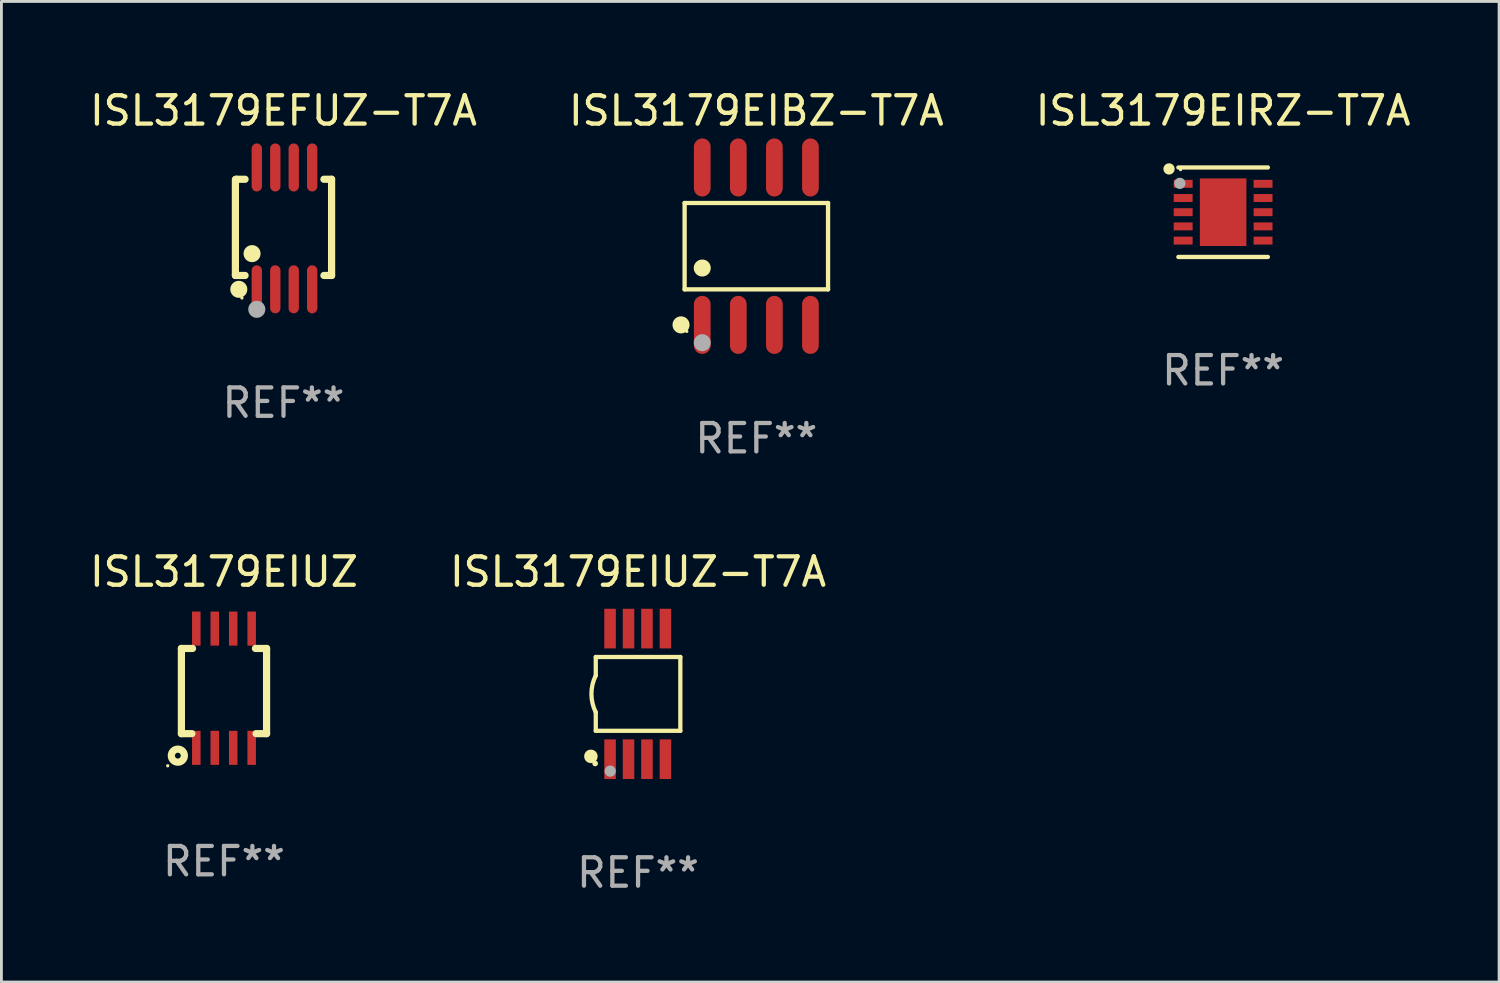
<source format=kicad_pcb>
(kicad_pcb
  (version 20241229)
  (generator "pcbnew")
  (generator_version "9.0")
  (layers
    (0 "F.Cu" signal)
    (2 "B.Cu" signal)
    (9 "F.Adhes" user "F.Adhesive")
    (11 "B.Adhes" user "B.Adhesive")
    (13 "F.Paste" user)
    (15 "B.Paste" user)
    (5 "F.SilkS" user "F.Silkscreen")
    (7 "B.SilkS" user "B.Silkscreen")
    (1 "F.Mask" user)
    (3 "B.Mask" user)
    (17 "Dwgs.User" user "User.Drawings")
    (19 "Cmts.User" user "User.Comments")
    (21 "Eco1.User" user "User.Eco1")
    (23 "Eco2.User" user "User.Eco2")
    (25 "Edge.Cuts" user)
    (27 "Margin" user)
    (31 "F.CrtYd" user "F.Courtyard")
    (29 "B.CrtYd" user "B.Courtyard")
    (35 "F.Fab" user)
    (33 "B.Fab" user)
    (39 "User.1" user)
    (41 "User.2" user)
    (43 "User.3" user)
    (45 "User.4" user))
  (footprint "ISL3179EIBZ-T7A"
    (layer "F.Cu")
    (at 23.589 5.621)
    (property "Reference" "ISL3179EIBZ-T7A" (at 0 -4.772 0) (layer "F.SilkS") (effects (font (size 1 1) (thickness 0.15))))
    (attr through_hole)
    (fp_line (start -2.526 -1.521) (end 2.526 -1.521) (stroke (width 0.152) (type solid)) (layer "F.SilkS"))
    (fp_line (start -2.526 1.521) (end -2.526 -1.521) (stroke (width 0.152) (type solid)) (layer "F.SilkS"))
    (fp_line (start 2.526 -1.521) (end 2.526 1.521) (stroke (width 0.152) (type solid)) (layer "F.SilkS"))
    (fp_line (start 2.526 1.521) (end -2.526 1.521) (stroke (width 0.152) (type solid)) (layer "F.SilkS"))
    (fp_circle (center -2.652 2.772) (end -2.501 2.772) (stroke (width 0.3) (type solid)) (fill no) (layer "F.SilkS"))
    (fp_circle (center -2.45 3) (end -2.42 3) (stroke (width 0.06) (type solid)) (fill no) (layer "F.SilkS"))
    (fp_circle (center -1.905 0.769) (end -1.755 0.769) (stroke (width 0.3) (type solid)) (fill no) (layer "F.SilkS"))
    (fp_circle (center -1.905 3.4) (end -1.755 3.4) (stroke (width 0.3) (type solid)) (fill no) (layer "F.Fab"))
    (fp_text user "REF**" (at 0 6.772 0) (layer "F.Fab") (effects (font (size 1 1) (thickness 0.15))))
    (pad "1" smd oval (at -1.905 2.772) (size 0.588 2.045) (layers "F.Cu" "F.Mask" "F.Paste"))
    (pad "2" smd oval (at -0.635 2.772) (size 0.588 2.045) (layers "F.Cu" "F.Mask" "F.Paste"))
    (pad "3" smd oval (at 0.635 2.772) (size 0.588 2.045) (layers "F.Cu" "F.Mask" "F.Paste"))
    (pad "4" smd oval (at 1.905 2.772) (size 0.588 2.045) (layers "F.Cu" "F.Mask" "F.Paste"))
    (pad "5" smd oval (at 1.905 -2.772) (size 0.588 2.045) (layers "F.Cu" "F.Mask" "F.Paste"))
    (pad "6" smd oval (at 0.635 -2.772) (size 0.588 2.045) (layers "F.Cu" "F.Mask" "F.Paste"))
    (pad "7" smd oval (at -0.635 -2.772) (size 0.588 2.045) (layers "F.Cu" "F.Mask" "F.Paste"))
    (pad "8" smd oval (at -1.905 -2.772) (size 0.588 2.045) (layers "F.Cu" "F.Mask" "F.Paste")))
  (footprint "ISL3179EFUZ-T7A"
    (layer "F.Cu")
    (at 6.935 4.994)
    (property "Reference" "ISL3179EFUZ-T7A" (at 0 -4.146 0) (layer "F.SilkS") (effects (font (size 1 1) (thickness 0.15))))
    (attr through_hole)
    (fp_line (start -1.694 -1.724) (end -1.694 1.652) (stroke (width 0.254) (type solid)) (layer "F.SilkS"))
    (fp_line (start -1.694 1.652) (end -1.688 1.658) (stroke (width 0.254) (type solid)) (layer "F.SilkS"))
    (fp_line (start -1.688 1.658) (end -1.353 1.658) (stroke (width 0.254) (type solid)) (layer "F.SilkS"))
    (fp_line (start -1.661 -1.73) (end -1.681 -1.71) (stroke (width 0.254) (type solid)) (layer "F.SilkS"))
    (fp_line (start -1.353 -1.73) (end -1.661 -1.73) (stroke (width 0.254) (type solid)) (layer "F.SilkS"))
    (fp_line (start 1.424 1.658) (end 1.694 1.658) (stroke (width 0.254) (type solid)) (layer "F.SilkS"))
    (fp_line (start 1.694 -1.73) (end 1.424 -1.73) (stroke (width 0.254) (type solid)) (layer "F.SilkS"))
    (fp_line (start 1.694 1.658) (end 1.694 -1.73) (stroke (width 0.254) (type solid)) (layer "F.SilkS"))
    (fp_circle (center -1.574 2.146) (end -1.424 2.146) (stroke (width 0.3) (type solid)) (fill no) (layer "F.SilkS"))
    (fp_circle (center -1.464 2.45) (end -1.434 2.45) (stroke (width 0.06) (type solid)) (fill no) (layer "F.SilkS"))
    (fp_circle (center -1.107 0.889) (end -0.957 0.889) (stroke (width 0.3) (type solid)) (fill no) (layer "F.SilkS"))
    (fp_circle (center -0.94 2.85) (end -0.789 2.85) (stroke (width 0.3) (type solid)) (fill no) (layer "F.Fab"))
    (fp_text user "REF**" (at 0 6.146 0) (layer "F.Fab") (effects (font (size 1 1) (thickness 0.15))))
    (pad "1" smd oval (at -0.94 2.146) (size 0.364 1.692) (layers "F.Cu" "F.Mask" "F.Paste"))
    (pad "2" smd oval (at -0.289 2.146) (size 0.364 1.692) (layers "F.Cu" "F.Mask" "F.Paste"))
    (pad "3" smd oval (at 0.361 2.146) (size 0.364 1.692) (layers "F.Cu" "F.Mask" "F.Paste"))
    (pad "4" smd oval (at 1.011 2.146) (size 0.364 1.692) (layers "F.Cu" "F.Mask" "F.Paste"))
    (pad "5" smd oval (at 1.011 -2.146) (size 0.364 1.692) (layers "F.Cu" "F.Mask" "F.Paste"))
    (pad "6" smd oval (at 0.361 -2.146) (size 0.364 1.692) (layers "F.Cu" "F.Mask" "F.Paste"))
    (pad "7" smd oval (at -0.289 -2.146) (size 0.364 1.692) (layers "F.Cu" "F.Mask" "F.Paste"))
    (pad "8" smd oval (at -0.94 -2.146) (size 0.364 1.692) (layers "F.Cu" "F.Mask" "F.Paste")))
  (footprint "ISL3179EIUZ-T7A"
    (layer "F.Cu")
    (at 19.423 21.39)
    (property "Reference" "ISL3179EIUZ-T7A" (at 0 -4.3 0) (layer "F.SilkS") (effects (font (size 1 1) (thickness 0.15))))
    (attr through_hole)
    (fp_line (start -1.489 -1.3) (end -1.489 -0.648) (stroke (width 0.15) (type solid)) (layer "F.SilkS"))
    (fp_line (start -1.489 0.648) (end -1.489 1.3) (stroke (width 0.15) (type solid)) (layer "F.SilkS"))
    (fp_line (start -1.489 1.3) (end 1.489 1.3) (stroke (width 0.15) (type solid)) (layer "F.SilkS"))
    (fp_line (start 1.489 -1.3) (end -1.489 -1.3) (stroke (width 0.15) (type solid)) (layer "F.SilkS"))
    (fp_line (start 1.489 1.3) (end 1.489 -1.3) (stroke (width 0.15) (type solid)) (layer "F.SilkS"))
    (fp_arc (start -1.489205 0.647702) (mid -1.642107 0) (end -1.489205 -0.647701) (stroke (width 0.150013) (type solid)) (layer "F.SilkS"))
    (fp_circle (center -1.661 2.2) (end -1.541 2.2) (stroke (width 0.24) (type solid)) (fill no) (layer "F.SilkS"))
    (fp_circle (center -1.511 2.45) (end -1.461 2.45) (stroke (width 0.1) (type solid)) (fill no) (layer "F.SilkS"))
    (fp_circle (center -0.981 2.72) (end -0.881 2.72) (stroke (width 0.2) (type solid)) (fill no) (layer "F.Fab"))
    (fp_text user "REF**" (at 0 6.3 0) (layer "F.Fab") (effects (font (size 1 1) (thickness 0.15))))
    (pad "1" smd rect (at -0.986 2.3) (size 0.406 1.397) (layers "F.Cu" "F.Mask" "F.Paste"))
    (pad "2" smd rect (at -0.336 2.3) (size 0.406 1.397) (layers "F.Cu" "F.Mask" "F.Paste"))
    (pad "3" smd rect (at 0.314 2.3) (size 0.406 1.397) (layers "F.Cu" "F.Mask" "F.Paste"))
    (pad "4" smd rect (at 0.964 2.3) (size 0.406 1.397) (layers "F.Cu" "F.Mask" "F.Paste"))
    (pad "5" smd rect (at 0.964 -2.3) (size 0.406 1.397) (layers "F.Cu" "F.Mask" "F.Paste"))
    (pad "6" smd rect (at 0.314 -2.3) (size 0.406 1.397) (layers "F.Cu" "F.Mask" "F.Paste"))
    (pad "7" smd rect (at -0.336 -2.3) (size 0.406 1.397) (layers "F.Cu" "F.Mask" "F.Paste"))
    (pad "8" smd rect (at -0.986 -2.3) (size 0.406 1.397) (layers "F.Cu" "F.Mask" "F.Paste")))
  (footprint "ISL3179EIRZ-T7A"
    (layer "F.Cu")
    (at 40.03 4.424)
    (property "Reference" "ISL3179EIRZ-T7A" (at 0 -3.576 0) (layer "F.SilkS") (effects (font (size 1 1) (thickness 0.15))))
    (attr through_hole)
    (fp_line (start -1.576 -1.576) (end 1.576 -1.576) (stroke (width 0.152) (type solid)) (layer "F.SilkS"))
    (fp_line (start -1.576 1.576) (end 1.576 1.576) (stroke (width 0.152) (type solid)) (layer "F.SilkS"))
    (fp_circle (center -1.905 -1.524) (end -1.805 -1.524) (stroke (width 0.2) (type solid)) (fill no) (layer "F.SilkS"))
    (fp_circle (center -1.5 -1.5) (end -1.47 -1.5) (stroke (width 0.06) (type solid)) (fill no) (layer "F.SilkS"))
    (fp_circle (center -1.524 -1.016) (end -1.424 -1.016) (stroke (width 0.2) (type solid)) (fill no) (layer "F.Fab"))
    (fp_text user "REF**" (at 0 5.576 0) (layer "F.Fab") (effects (font (size 1 1) (thickness 0.15))))
    (pad "1" smd rect (at -1.407 -1) (size 0.665 0.28) (layers "F.Cu" "F.Mask" "F.Paste"))
    (pad "2" smd rect (at -1.407 -0.5) (size 0.665 0.28) (layers "F.Cu" "F.Mask" "F.Paste"))
    (pad "3" smd rect (at -1.407 0) (size 0.665 0.28) (layers "F.Cu" "F.Mask" "F.Paste"))
    (pad "4" smd rect (at -1.407 0.5) (size 0.665 0.28) (layers "F.Cu" "F.Mask" "F.Paste"))
    (pad "5" smd rect (at -1.407 1) (size 0.665 0.28) (layers "F.Cu" "F.Mask" "F.Paste"))
    (pad "6" smd rect (at 1.407 1) (size 0.665 0.28) (layers "F.Cu" "F.Mask" "F.Paste"))
    (pad "7" smd rect (at 1.407 0.5) (size 0.665 0.28) (layers "F.Cu" "F.Mask" "F.Paste"))
    (pad "8" smd rect (at 1.407 0) (size 0.665 0.28) (layers "F.Cu" "F.Mask" "F.Paste"))
    (pad "9" smd rect (at 1.407 -0.5) (size 0.665 0.28) (layers "F.Cu" "F.Mask" "F.Paste"))
    (pad "10" smd rect (at 1.407 -1) (size 0.665 0.28) (layers "F.Cu" "F.Mask" "F.Paste"))
    (pad "11" smd rect (at 0 0) (size 1.64 2.38) (layers "F.Cu" "F.Mask" "F.Paste")))
  (footprint "ISL3179EIUZ"
    (layer "F.Cu")
    (at 4.839 21.19)
    (property "Reference" "ISL3179EIUZ" (at 0 -4.1 0) (layer "F.SilkS") (effects (font (size 1 1) (thickness 0.15))))
    (attr through_hole)
    (fp_line (start -1.5 -1.4) (end -1.5 1.6) (stroke (width 0.254) (type solid)) (layer "F.SilkS"))
    (fp_line (start -1.5 -1.4) (end -1.108 -1.4) (stroke (width 0.254) (type solid)) (layer "F.SilkS"))
    (fp_line (start -1.5 1.6) (end -1.131 1.6) (stroke (width 0.254) (type solid)) (layer "F.SilkS"))
    (fp_line (start 1.108 -1.4) (end 1.5 -1.4) (stroke (width 0.254) (type solid)) (layer "F.SilkS"))
    (fp_line (start 1.131 1.6) (end 1.5 1.6) (stroke (width 0.254) (type solid)) (layer "F.SilkS"))
    (fp_line (start 1.5 -1.4) (end 1.5 1.6) (stroke (width 0.254) (type solid)) (layer "F.SilkS"))
    (fp_circle (center -1.982 2.732) (end -1.952 2.732) (stroke (width 0.06) (type solid)) (fill no) (layer "F.SilkS"))
    (fp_circle (center -1.625 2.375) (end -1.395 2.375) (stroke (width 0.254) (type solid)) (fill no) (layer "F.SilkS"))
    (fp_text user "REF**" (at 0 6.1 0) (layer "F.Fab") (effects (font (size 1 1) (thickness 0.15))))
    (pad "1" smd rect (at -0.975 2.1 180) (size 0.3 1.2) (layers "F.Cu" "F.Mask" "F.Paste"))
    (pad "2" smd rect (at -0.325 2.1 180) (size 0.3 1.2) (layers "F.Cu" "F.Mask" "F.Paste"))
    (pad "3" smd rect (at 0.325 2.1 180) (size 0.3 1.2) (layers "F.Cu" "F.Mask" "F.Paste"))
    (pad "4" smd rect (at 0.975 2.1 180) (size 0.3 1.2) (layers "F.Cu" "F.Mask" "F.Paste"))
    (pad "5" smd rect (at 0.975 -2.1 180) (size 0.3 1.2) (layers "F.Cu" "F.Mask" "F.Paste"))
    (pad "6" smd rect (at 0.325 -2.1 180) (size 0.3 1.2) (layers "F.Cu" "F.Mask" "F.Paste"))
    (pad "7" smd rect (at -0.325 -2.1 180) (size 0.3 1.2) (layers "F.Cu" "F.Mask" "F.Paste"))
    (pad "8" smd rect (at -0.975 -2.1 180) (size 0.3 1.2) (layers "F.Cu" "F.Mask" "F.Paste")))
  (gr_rect
    (start -3 -3)
    (end 49.75 31.538)
    (stroke (width 0.1) (type default))
    (fill no)
    (layer "Edge.Cuts")))
</source>
